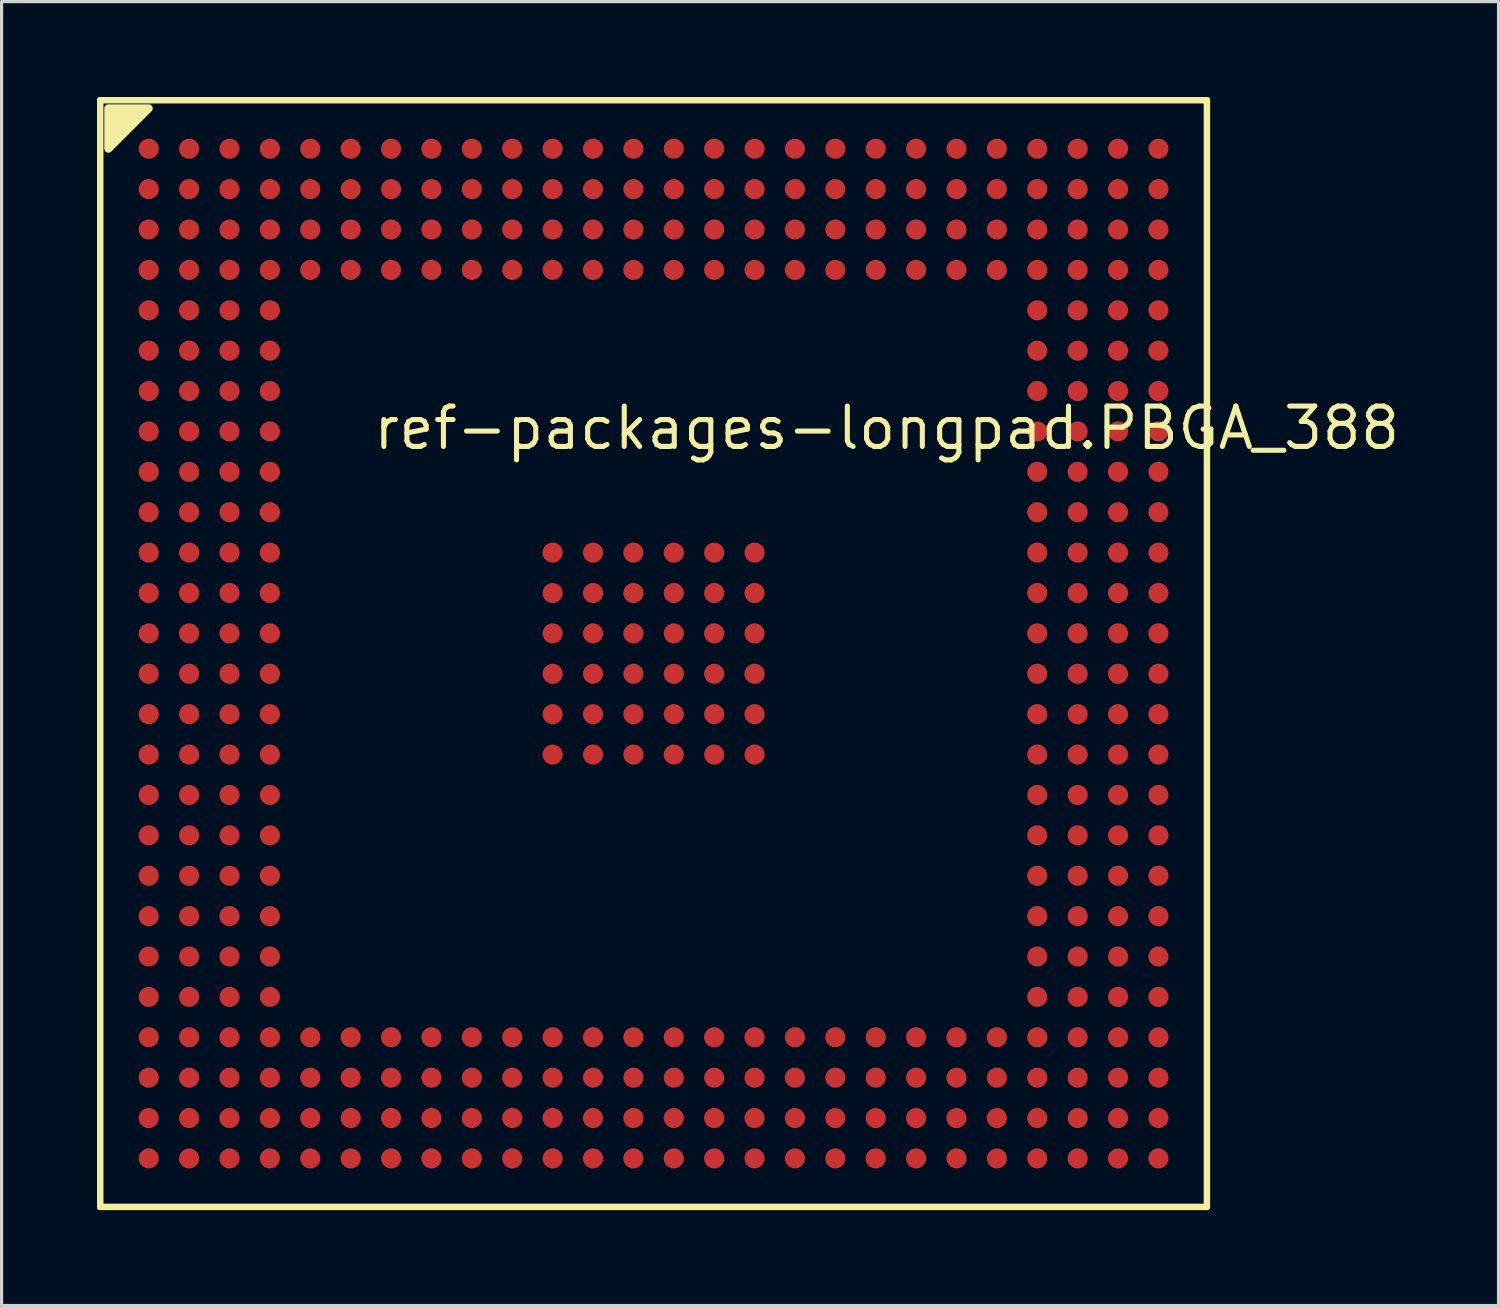
<source format=kicad_pcb>
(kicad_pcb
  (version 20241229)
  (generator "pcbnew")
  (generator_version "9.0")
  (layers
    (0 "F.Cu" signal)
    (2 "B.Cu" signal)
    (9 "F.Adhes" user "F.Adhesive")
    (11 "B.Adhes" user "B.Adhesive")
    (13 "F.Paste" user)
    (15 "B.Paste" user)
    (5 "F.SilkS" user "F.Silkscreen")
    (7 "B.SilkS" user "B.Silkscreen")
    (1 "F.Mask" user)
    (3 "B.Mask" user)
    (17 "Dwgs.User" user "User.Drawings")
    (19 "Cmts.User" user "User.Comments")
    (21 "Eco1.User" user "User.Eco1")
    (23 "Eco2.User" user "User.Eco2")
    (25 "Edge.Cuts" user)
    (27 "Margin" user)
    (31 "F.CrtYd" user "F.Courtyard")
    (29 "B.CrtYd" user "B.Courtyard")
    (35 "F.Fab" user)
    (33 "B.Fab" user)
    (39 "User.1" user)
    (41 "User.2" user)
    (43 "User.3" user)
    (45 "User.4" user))
  (footprint "ref-packages-longpad.PBGA_388"
    (layer "F.Cu")
    (at 17.502 17.502)
    (property "Reference" "ref-packages-longpad.PBGA_388" (at -8.89 -6.35 0) (layer "F.SilkS") (effects (font (size 1.27 1.27) (thickness 0.16)) (justify left bottom)))
    (attr smd)
    (fp_line (start -17.4 -17.4) (end -17.4 17.4) (stroke (width 0.203) (type default)) (layer "F.SilkS"))
    (fp_line (start -17.4 17.4) (end 17.4 17.4) (stroke (width 0.203) (type default)) (layer "F.SilkS"))
    (fp_line (start 17.4 -17.4) (end -17.4 -17.4) (stroke (width 0.203) (type default)) (layer "F.SilkS"))
    (fp_line (start 17.4 17.4) (end 17.4 -17.4) (stroke (width 0.203) (type default)) (layer "F.SilkS"))
    (fp_poly (pts (xy -17.145 -17.145) (xy -17.145 -15.875) (xy -15.875 -17.145)) (stroke (width 0.254) (type default)) (fill yes) (layer "F.SilkS"))
    (pad "A1" smd roundrect (at -15.875 -15.875) (size 0.635 0.635) (layers "F.Cu" "F.Mask" "F.Paste") (roundrect_rratio 0.5))
    (pad "A2" smd roundrect (at -14.605 -15.875) (size 0.635 0.635) (layers "F.Cu" "F.Mask" "F.Paste") (roundrect_rratio 0.5))
    (pad "A3" smd roundrect (at -13.335 -15.875) (size 0.635 0.635) (layers "F.Cu" "F.Mask" "F.Paste") (roundrect_rratio 0.5))
    (pad "A4" smd roundrect (at -12.065 -15.875) (size 0.635 0.635) (layers "F.Cu" "F.Mask" "F.Paste") (roundrect_rratio 0.5))
    (pad "A5" smd roundrect (at -10.795 -15.875) (size 0.635 0.635) (layers "F.Cu" "F.Mask" "F.Paste") (roundrect_rratio 0.5))
    (pad "A6" smd roundrect (at -9.525 -15.875) (size 0.635 0.635) (layers "F.Cu" "F.Mask" "F.Paste") (roundrect_rratio 0.5))
    (pad "A7" smd roundrect (at -8.255 -15.875) (size 0.635 0.635) (layers "F.Cu" "F.Mask" "F.Paste") (roundrect_rratio 0.5))
    (pad "A8" smd roundrect (at -6.985 -15.875) (size 0.635 0.635) (layers "F.Cu" "F.Mask" "F.Paste") (roundrect_rratio 0.5))
    (pad "A9" smd roundrect (at -5.715 -15.875) (size 0.635 0.635) (layers "F.Cu" "F.Mask" "F.Paste") (roundrect_rratio 0.5))
    (pad "A10" smd roundrect (at -4.445 -15.875) (size 0.635 0.635) (layers "F.Cu" "F.Mask" "F.Paste") (roundrect_rratio 0.5))
    (pad "A11" smd roundrect (at -3.175 -15.875) (size 0.635 0.635) (layers "F.Cu" "F.Mask" "F.Paste") (roundrect_rratio 0.5))
    (pad "A12" smd roundrect (at -1.905 -15.875) (size 0.635 0.635) (layers "F.Cu" "F.Mask" "F.Paste") (roundrect_rratio 0.5))
    (pad "A13" smd roundrect (at -0.635 -15.875) (size 0.635 0.635) (layers "F.Cu" "F.Mask" "F.Paste") (roundrect_rratio 0.5))
    (pad "A14" smd roundrect (at 0.635 -15.875) (size 0.635 0.635) (layers "F.Cu" "F.Mask" "F.Paste") (roundrect_rratio 0.5))
    (pad "A15" smd roundrect (at 1.905 -15.875) (size 0.635 0.635) (layers "F.Cu" "F.Mask" "F.Paste") (roundrect_rratio 0.5))
    (pad "A16" smd roundrect (at 3.175 -15.875) (size 0.635 0.635) (layers "F.Cu" "F.Mask" "F.Paste") (roundrect_rratio 0.5))
    (pad "A17" smd roundrect (at 4.445 -15.875) (size 0.635 0.635) (layers "F.Cu" "F.Mask" "F.Paste") (roundrect_rratio 0.5))
    (pad "A18" smd roundrect (at 5.715 -15.875) (size 0.635 0.635) (layers "F.Cu" "F.Mask" "F.Paste") (roundrect_rratio 0.5))
    (pad "A19" smd roundrect (at 6.985 -15.875) (size 0.635 0.635) (layers "F.Cu" "F.Mask" "F.Paste") (roundrect_rratio 0.5))
    (pad "A20" smd roundrect (at 8.255 -15.875) (size 0.635 0.635) (layers "F.Cu" "F.Mask" "F.Paste") (roundrect_rratio 0.5))
    (pad "A21" smd roundrect (at 9.525 -15.875) (size 0.635 0.635) (layers "F.Cu" "F.Mask" "F.Paste") (roundrect_rratio 0.5))
    (pad "A22" smd roundrect (at 10.795 -15.875) (size 0.635 0.635) (layers "F.Cu" "F.Mask" "F.Paste") (roundrect_rratio 0.5))
    (pad "A23" smd roundrect (at 12.065 -15.875) (size 0.635 0.635) (layers "F.Cu" "F.Mask" "F.Paste") (roundrect_rratio 0.5))
    (pad "A24" smd roundrect (at 13.335 -15.875) (size 0.635 0.635) (layers "F.Cu" "F.Mask" "F.Paste") (roundrect_rratio 0.5))
    (pad "A25" smd roundrect (at 14.605 -15.875) (size 0.635 0.635) (layers "F.Cu" "F.Mask" "F.Paste") (roundrect_rratio 0.5))
    (pad "A26" smd roundrect (at 15.875 -15.875) (size 0.635 0.635) (layers "F.Cu" "F.Mask" "F.Paste") (roundrect_rratio 0.5))
    (pad "AA1" smd roundrect (at -15.875 9.525) (size 0.635 0.635) (layers "F.Cu" "F.Mask" "F.Paste") (roundrect_rratio 0.5))
    (pad "AA2" smd roundrect (at -14.605 9.525) (size 0.635 0.635) (layers "F.Cu" "F.Mask" "F.Paste") (roundrect_rratio 0.5))
    (pad "AA3" smd roundrect (at -13.335 9.525) (size 0.635 0.635) (layers "F.Cu" "F.Mask" "F.Paste") (roundrect_rratio 0.5))
    (pad "AA4" smd roundrect (at -12.065 9.525) (size 0.635 0.635) (layers "F.Cu" "F.Mask" "F.Paste") (roundrect_rratio 0.5))
    (pad "AA23" smd roundrect (at 12.065 9.525) (size 0.635 0.635) (layers "F.Cu" "F.Mask" "F.Paste") (roundrect_rratio 0.5))
    (pad "AA24" smd roundrect (at 13.335 9.525) (size 0.635 0.635) (layers "F.Cu" "F.Mask" "F.Paste") (roundrect_rratio 0.5))
    (pad "AA25" smd roundrect (at 14.605 9.525) (size 0.635 0.635) (layers "F.Cu" "F.Mask" "F.Paste") (roundrect_rratio 0.5))
    (pad "AA26" smd roundrect (at 15.875 9.525) (size 0.635 0.635) (layers "F.Cu" "F.Mask" "F.Paste") (roundrect_rratio 0.5))
    (pad "AB1" smd roundrect (at -15.875 10.795) (size 0.635 0.635) (layers "F.Cu" "F.Mask" "F.Paste") (roundrect_rratio 0.5))
    (pad "AB2" smd roundrect (at -14.605 10.795) (size 0.635 0.635) (layers "F.Cu" "F.Mask" "F.Paste") (roundrect_rratio 0.5))
    (pad "AB3" smd roundrect (at -13.335 10.795) (size 0.635 0.635) (layers "F.Cu" "F.Mask" "F.Paste") (roundrect_rratio 0.5))
    (pad "AB4" smd roundrect (at -12.065 10.795) (size 0.635 0.635) (layers "F.Cu" "F.Mask" "F.Paste") (roundrect_rratio 0.5))
    (pad "AB23" smd roundrect (at 12.065 10.795) (size 0.635 0.635) (layers "F.Cu" "F.Mask" "F.Paste") (roundrect_rratio 0.5))
    (pad "AB24" smd roundrect (at 13.335 10.795) (size 0.635 0.635) (layers "F.Cu" "F.Mask" "F.Paste") (roundrect_rratio 0.5))
    (pad "AB25" smd roundrect (at 14.605 10.795) (size 0.635 0.635) (layers "F.Cu" "F.Mask" "F.Paste") (roundrect_rratio 0.5))
    (pad "AB26" smd roundrect (at 15.875 10.795) (size 0.635 0.635) (layers "F.Cu" "F.Mask" "F.Paste") (roundrect_rratio 0.5))
    (pad "AC1" smd roundrect (at -15.875 12.065) (size 0.635 0.635) (layers "F.Cu" "F.Mask" "F.Paste") (roundrect_rratio 0.5))
    (pad "AC2" smd roundrect (at -14.605 12.065) (size 0.635 0.635) (layers "F.Cu" "F.Mask" "F.Paste") (roundrect_rratio 0.5))
    (pad "AC3" smd roundrect (at -13.335 12.065) (size 0.635 0.635) (layers "F.Cu" "F.Mask" "F.Paste") (roundrect_rratio 0.5))
    (pad "AC4" smd roundrect (at -12.065 12.065) (size 0.635 0.635) (layers "F.Cu" "F.Mask" "F.Paste") (roundrect_rratio 0.5))
    (pad "AC5" smd roundrect (at -10.795 12.065) (size 0.635 0.635) (layers "F.Cu" "F.Mask" "F.Paste") (roundrect_rratio 0.5))
    (pad "AC6" smd roundrect (at -9.525 12.065) (size 0.635 0.635) (layers "F.Cu" "F.Mask" "F.Paste") (roundrect_rratio 0.5))
    (pad "AC7" smd roundrect (at -8.255 12.065) (size 0.635 0.635) (layers "F.Cu" "F.Mask" "F.Paste") (roundrect_rratio 0.5))
    (pad "AC8" smd roundrect (at -6.985 12.065) (size 0.635 0.635) (layers "F.Cu" "F.Mask" "F.Paste") (roundrect_rratio 0.5))
    (pad "AC9" smd roundrect (at -5.715 12.065) (size 0.635 0.635) (layers "F.Cu" "F.Mask" "F.Paste") (roundrect_rratio 0.5))
    (pad "AC10" smd roundrect (at -4.445 12.065) (size 0.635 0.635) (layers "F.Cu" "F.Mask" "F.Paste") (roundrect_rratio 0.5))
    (pad "AC11" smd roundrect (at -3.175 12.065) (size 0.635 0.635) (layers "F.Cu" "F.Mask" "F.Paste") (roundrect_rratio 0.5))
    (pad "AC12" smd roundrect (at -1.905 12.065) (size 0.635 0.635) (layers "F.Cu" "F.Mask" "F.Paste") (roundrect_rratio 0.5))
    (pad "AC13" smd roundrect (at -0.635 12.065) (size 0.635 0.635) (layers "F.Cu" "F.Mask" "F.Paste") (roundrect_rratio 0.5))
    (pad "AC14" smd roundrect (at 0.635 12.065) (size 0.635 0.635) (layers "F.Cu" "F.Mask" "F.Paste") (roundrect_rratio 0.5))
    (pad "AC15" smd roundrect (at 1.905 12.065) (size 0.635 0.635) (layers "F.Cu" "F.Mask" "F.Paste") (roundrect_rratio 0.5))
    (pad "AC16" smd roundrect (at 3.175 12.065) (size 0.635 0.635) (layers "F.Cu" "F.Mask" "F.Paste") (roundrect_rratio 0.5))
    (pad "AC17" smd roundrect (at 4.445 12.065) (size 0.635 0.635) (layers "F.Cu" "F.Mask" "F.Paste") (roundrect_rratio 0.5))
    (pad "AC18" smd roundrect (at 5.715 12.065) (size 0.635 0.635) (layers "F.Cu" "F.Mask" "F.Paste") (roundrect_rratio 0.5))
    (pad "AC19" smd roundrect (at 6.985 12.065) (size 0.635 0.635) (layers "F.Cu" "F.Mask" "F.Paste") (roundrect_rratio 0.5))
    (pad "AC20" smd roundrect (at 8.255 12.065) (size 0.635 0.635) (layers "F.Cu" "F.Mask" "F.Paste") (roundrect_rratio 0.5))
    (pad "AC21" smd roundrect (at 9.525 12.065) (size 0.635 0.635) (layers "F.Cu" "F.Mask" "F.Paste") (roundrect_rratio 0.5))
    (pad "AC22" smd roundrect (at 10.795 12.065) (size 0.635 0.635) (layers "F.Cu" "F.Mask" "F.Paste") (roundrect_rratio 0.5))
    (pad "AC23" smd roundrect (at 12.065 12.065) (size 0.635 0.635) (layers "F.Cu" "F.Mask" "F.Paste") (roundrect_rratio 0.5))
    (pad "AC24" smd roundrect (at 13.335 12.065) (size 0.635 0.635) (layers "F.Cu" "F.Mask" "F.Paste") (roundrect_rratio 0.5))
    (pad "AC25" smd roundrect (at 14.605 12.065) (size 0.635 0.635) (layers "F.Cu" "F.Mask" "F.Paste") (roundrect_rratio 0.5))
    (pad "AC26" smd roundrect (at 15.875 12.065) (size 0.635 0.635) (layers "F.Cu" "F.Mask" "F.Paste") (roundrect_rratio 0.5))
    (pad "AD1" smd roundrect (at -15.875 13.335) (size 0.635 0.635) (layers "F.Cu" "F.Mask" "F.Paste") (roundrect_rratio 0.5))
    (pad "AD2" smd roundrect (at -14.605 13.335) (size 0.635 0.635) (layers "F.Cu" "F.Mask" "F.Paste") (roundrect_rratio 0.5))
    (pad "AD3" smd roundrect (at -13.335 13.335) (size 0.635 0.635) (layers "F.Cu" "F.Mask" "F.Paste") (roundrect_rratio 0.5))
    (pad "AD4" smd roundrect (at -12.065 13.335) (size 0.635 0.635) (layers "F.Cu" "F.Mask" "F.Paste") (roundrect_rratio 0.5))
    (pad "AD5" smd roundrect (at -10.795 13.335) (size 0.635 0.635) (layers "F.Cu" "F.Mask" "F.Paste") (roundrect_rratio 0.5))
    (pad "AD6" smd roundrect (at -9.525 13.335) (size 0.635 0.635) (layers "F.Cu" "F.Mask" "F.Paste") (roundrect_rratio 0.5))
    (pad "AD7" smd roundrect (at -8.255 13.335) (size 0.635 0.635) (layers "F.Cu" "F.Mask" "F.Paste") (roundrect_rratio 0.5))
    (pad "AD8" smd roundrect (at -6.985 13.335) (size 0.635 0.635) (layers "F.Cu" "F.Mask" "F.Paste") (roundrect_rratio 0.5))
    (pad "AD9" smd roundrect (at -5.715 13.335) (size 0.635 0.635) (layers "F.Cu" "F.Mask" "F.Paste") (roundrect_rratio 0.5))
    (pad "AD10" smd roundrect (at -4.445 13.335) (size 0.635 0.635) (layers "F.Cu" "F.Mask" "F.Paste") (roundrect_rratio 0.5))
    (pad "AD11" smd roundrect (at -3.175 13.335) (size 0.635 0.635) (layers "F.Cu" "F.Mask" "F.Paste") (roundrect_rratio 0.5))
    (pad "AD12" smd roundrect (at -1.905 13.335) (size 0.635 0.635) (layers "F.Cu" "F.Mask" "F.Paste") (roundrect_rratio 0.5))
    (pad "AD13" smd roundrect (at -0.635 13.335) (size 0.635 0.635) (layers "F.Cu" "F.Mask" "F.Paste") (roundrect_rratio 0.5))
    (pad "AD14" smd roundrect (at 0.635 13.335) (size 0.635 0.635) (layers "F.Cu" "F.Mask" "F.Paste") (roundrect_rratio 0.5))
    (pad "AD15" smd roundrect (at 1.905 13.335) (size 0.635 0.635) (layers "F.Cu" "F.Mask" "F.Paste") (roundrect_rratio 0.5))
    (pad "AD16" smd roundrect (at 3.175 13.335) (size 0.635 0.635) (layers "F.Cu" "F.Mask" "F.Paste") (roundrect_rratio 0.5))
    (pad "AD17" smd roundrect (at 4.445 13.335) (size 0.635 0.635) (layers "F.Cu" "F.Mask" "F.Paste") (roundrect_rratio 0.5))
    (pad "AD18" smd roundrect (at 5.715 13.335) (size 0.635 0.635) (layers "F.Cu" "F.Mask" "F.Paste") (roundrect_rratio 0.5))
    (pad "AD19" smd roundrect (at 6.985 13.335) (size 0.635 0.635) (layers "F.Cu" "F.Mask" "F.Paste") (roundrect_rratio 0.5))
    (pad "AD20" smd roundrect (at 8.255 13.335) (size 0.635 0.635) (layers "F.Cu" "F.Mask" "F.Paste") (roundrect_rratio 0.5))
    (pad "AD21" smd roundrect (at 9.525 13.335) (size 0.635 0.635) (layers "F.Cu" "F.Mask" "F.Paste") (roundrect_rratio 0.5))
    (pad "AD22" smd roundrect (at 10.795 13.335) (size 0.635 0.635) (layers "F.Cu" "F.Mask" "F.Paste") (roundrect_rratio 0.5))
    (pad "AD23" smd roundrect (at 12.065 13.335) (size 0.635 0.635) (layers "F.Cu" "F.Mask" "F.Paste") (roundrect_rratio 0.5))
    (pad "AD24" smd roundrect (at 13.335 13.335) (size 0.635 0.635) (layers "F.Cu" "F.Mask" "F.Paste") (roundrect_rratio 0.5))
    (pad "AD25" smd roundrect (at 14.605 13.335) (size 0.635 0.635) (layers "F.Cu" "F.Mask" "F.Paste") (roundrect_rratio 0.5))
    (pad "AD26" smd roundrect (at 15.875 13.335) (size 0.635 0.635) (layers "F.Cu" "F.Mask" "F.Paste") (roundrect_rratio 0.5))
    (pad "AE1" smd roundrect (at -15.875 14.605) (size 0.635 0.635) (layers "F.Cu" "F.Mask" "F.Paste") (roundrect_rratio 0.5))
    (pad "AE2" smd roundrect (at -14.605 14.605) (size 0.635 0.635) (layers "F.Cu" "F.Mask" "F.Paste") (roundrect_rratio 0.5))
    (pad "AE3" smd roundrect (at -13.335 14.605) (size 0.635 0.635) (layers "F.Cu" "F.Mask" "F.Paste") (roundrect_rratio 0.5))
    (pad "AE4" smd roundrect (at -12.065 14.605) (size 0.635 0.635) (layers "F.Cu" "F.Mask" "F.Paste") (roundrect_rratio 0.5))
    (pad "AE5" smd roundrect (at -10.795 14.605) (size 0.635 0.635) (layers "F.Cu" "F.Mask" "F.Paste") (roundrect_rratio 0.5))
    (pad "AE6" smd roundrect (at -9.525 14.605) (size 0.635 0.635) (layers "F.Cu" "F.Mask" "F.Paste") (roundrect_rratio 0.5))
    (pad "AE7" smd roundrect (at -8.255 14.605) (size 0.635 0.635) (layers "F.Cu" "F.Mask" "F.Paste") (roundrect_rratio 0.5))
    (pad "AE8" smd roundrect (at -6.985 14.605) (size 0.635 0.635) (layers "F.Cu" "F.Mask" "F.Paste") (roundrect_rratio 0.5))
    (pad "AE9" smd roundrect (at -5.715 14.605) (size 0.635 0.635) (layers "F.Cu" "F.Mask" "F.Paste") (roundrect_rratio 0.5))
    (pad "AE10" smd roundrect (at -4.445 14.605) (size 0.635 0.635) (layers "F.Cu" "F.Mask" "F.Paste") (roundrect_rratio 0.5))
    (pad "AE11" smd roundrect (at -3.175 14.605) (size 0.635 0.635) (layers "F.Cu" "F.Mask" "F.Paste") (roundrect_rratio 0.5))
    (pad "AE12" smd roundrect (at -1.905 14.605) (size 0.635 0.635) (layers "F.Cu" "F.Mask" "F.Paste") (roundrect_rratio 0.5))
    (pad "AE13" smd roundrect (at -0.635 14.605) (size 0.635 0.635) (layers "F.Cu" "F.Mask" "F.Paste") (roundrect_rratio 0.5))
    (pad "AE14" smd roundrect (at 0.635 14.605) (size 0.635 0.635) (layers "F.Cu" "F.Mask" "F.Paste") (roundrect_rratio 0.5))
    (pad "AE15" smd roundrect (at 1.905 14.605) (size 0.635 0.635) (layers "F.Cu" "F.Mask" "F.Paste") (roundrect_rratio 0.5))
    (pad "AE16" smd roundrect (at 3.175 14.605) (size 0.635 0.635) (layers "F.Cu" "F.Mask" "F.Paste") (roundrect_rratio 0.5))
    (pad "AE17" smd roundrect (at 4.445 14.605) (size 0.635 0.635) (layers "F.Cu" "F.Mask" "F.Paste") (roundrect_rratio 0.5))
    (pad "AE18" smd roundrect (at 5.715 14.605) (size 0.635 0.635) (layers "F.Cu" "F.Mask" "F.Paste") (roundrect_rratio 0.5))
    (pad "AE19" smd roundrect (at 6.985 14.605) (size 0.635 0.635) (layers "F.Cu" "F.Mask" "F.Paste") (roundrect_rratio 0.5))
    (pad "AE20" smd roundrect (at 8.255 14.605) (size 0.635 0.635) (layers "F.Cu" "F.Mask" "F.Paste") (roundrect_rratio 0.5))
    (pad "AE21" smd roundrect (at 9.525 14.605) (size 0.635 0.635) (layers "F.Cu" "F.Mask" "F.Paste") (roundrect_rratio 0.5))
    (pad "AE22" smd roundrect (at 10.795 14.605) (size 0.635 0.635) (layers "F.Cu" "F.Mask" "F.Paste") (roundrect_rratio 0.5))
    (pad "AE23" smd roundrect (at 12.065 14.605) (size 0.635 0.635) (layers "F.Cu" "F.Mask" "F.Paste") (roundrect_rratio 0.5))
    (pad "AE24" smd roundrect (at 13.335 14.605) (size 0.635 0.635) (layers "F.Cu" "F.Mask" "F.Paste") (roundrect_rratio 0.5))
    (pad "AE25" smd roundrect (at 14.605 14.605) (size 0.635 0.635) (layers "F.Cu" "F.Mask" "F.Paste") (roundrect_rratio 0.5))
    (pad "AE26" smd roundrect (at 15.875 14.605) (size 0.635 0.635) (layers "F.Cu" "F.Mask" "F.Paste") (roundrect_rratio 0.5))
    (pad "AF1" smd roundrect (at -15.875 15.875) (size 0.635 0.635) (layers "F.Cu" "F.Mask" "F.Paste") (roundrect_rratio 0.5))
    (pad "AF2" smd roundrect (at -14.605 15.875) (size 0.635 0.635) (layers "F.Cu" "F.Mask" "F.Paste") (roundrect_rratio 0.5))
    (pad "AF3" smd roundrect (at -13.335 15.875) (size 0.635 0.635) (layers "F.Cu" "F.Mask" "F.Paste") (roundrect_rratio 0.5))
    (pad "AF4" smd roundrect (at -12.065 15.875) (size 0.635 0.635) (layers "F.Cu" "F.Mask" "F.Paste") (roundrect_rratio 0.5))
    (pad "AF5" smd roundrect (at -10.795 15.875) (size 0.635 0.635) (layers "F.Cu" "F.Mask" "F.Paste") (roundrect_rratio 0.5))
    (pad "AF6" smd roundrect (at -9.525 15.875) (size 0.635 0.635) (layers "F.Cu" "F.Mask" "F.Paste") (roundrect_rratio 0.5))
    (pad "AF7" smd roundrect (at -8.255 15.875) (size 0.635 0.635) (layers "F.Cu" "F.Mask" "F.Paste") (roundrect_rratio 0.5))
    (pad "AF8" smd roundrect (at -6.985 15.875) (size 0.635 0.635) (layers "F.Cu" "F.Mask" "F.Paste") (roundrect_rratio 0.5))
    (pad "AF9" smd roundrect (at -5.715 15.875) (size 0.635 0.635) (layers "F.Cu" "F.Mask" "F.Paste") (roundrect_rratio 0.5))
    (pad "AF10" smd roundrect (at -4.445 15.875) (size 0.635 0.635) (layers "F.Cu" "F.Mask" "F.Paste") (roundrect_rratio 0.5))
    (pad "AF11" smd roundrect (at -3.175 15.875) (size 0.635 0.635) (layers "F.Cu" "F.Mask" "F.Paste") (roundrect_rratio 0.5))
    (pad "AF12" smd roundrect (at -1.905 15.875) (size 0.635 0.635) (layers "F.Cu" "F.Mask" "F.Paste") (roundrect_rratio 0.5))
    (pad "AF13" smd roundrect (at -0.635 15.875) (size 0.635 0.635) (layers "F.Cu" "F.Mask" "F.Paste") (roundrect_rratio 0.5))
    (pad "AF14" smd roundrect (at 0.635 15.875) (size 0.635 0.635) (layers "F.Cu" "F.Mask" "F.Paste") (roundrect_rratio 0.5))
    (pad "AF15" smd roundrect (at 1.905 15.875) (size 0.635 0.635) (layers "F.Cu" "F.Mask" "F.Paste") (roundrect_rratio 0.5))
    (pad "AF16" smd roundrect (at 3.175 15.875) (size 0.635 0.635) (layers "F.Cu" "F.Mask" "F.Paste") (roundrect_rratio 0.5))
    (pad "AF17" smd roundrect (at 4.445 15.875) (size 0.635 0.635) (layers "F.Cu" "F.Mask" "F.Paste") (roundrect_rratio 0.5))
    (pad "AF18" smd roundrect (at 5.715 15.875) (size 0.635 0.635) (layers "F.Cu" "F.Mask" "F.Paste") (roundrect_rratio 0.5))
    (pad "AF19" smd roundrect (at 6.985 15.875) (size 0.635 0.635) (layers "F.Cu" "F.Mask" "F.Paste") (roundrect_rratio 0.5))
    (pad "AF20" smd roundrect (at 8.255 15.875) (size 0.635 0.635) (layers "F.Cu" "F.Mask" "F.Paste") (roundrect_rratio 0.5))
    (pad "AF21" smd roundrect (at 9.525 15.875) (size 0.635 0.635) (layers "F.Cu" "F.Mask" "F.Paste") (roundrect_rratio 0.5))
    (pad "AF22" smd roundrect (at 10.795 15.875) (size 0.635 0.635) (layers "F.Cu" "F.Mask" "F.Paste") (roundrect_rratio 0.5))
    (pad "AF23" smd roundrect (at 12.065 15.875) (size 0.635 0.635) (layers "F.Cu" "F.Mask" "F.Paste") (roundrect_rratio 0.5))
    (pad "AF24" smd roundrect (at 13.335 15.875) (size 0.635 0.635) (layers "F.Cu" "F.Mask" "F.Paste") (roundrect_rratio 0.5))
    (pad "AF25" smd roundrect (at 14.605 15.875) (size 0.635 0.635) (layers "F.Cu" "F.Mask" "F.Paste") (roundrect_rratio 0.5))
    (pad "AF26" smd roundrect (at 15.875 15.875) (size 0.635 0.635) (layers "F.Cu" "F.Mask" "F.Paste") (roundrect_rratio 0.5))
    (pad "B1" smd roundrect (at -15.875 -14.605) (size 0.635 0.635) (layers "F.Cu" "F.Mask" "F.Paste") (roundrect_rratio 0.5))
    (pad "B2" smd roundrect (at -14.605 -14.605) (size 0.635 0.635) (layers "F.Cu" "F.Mask" "F.Paste") (roundrect_rratio 0.5))
    (pad "B3" smd roundrect (at -13.335 -14.605) (size 0.635 0.635) (layers "F.Cu" "F.Mask" "F.Paste") (roundrect_rratio 0.5))
    (pad "B4" smd roundrect (at -12.065 -14.605) (size 0.635 0.635) (layers "F.Cu" "F.Mask" "F.Paste") (roundrect_rratio 0.5))
    (pad "B5" smd roundrect (at -10.795 -14.605) (size 0.635 0.635) (layers "F.Cu" "F.Mask" "F.Paste") (roundrect_rratio 0.5))
    (pad "B6" smd roundrect (at -9.525 -14.605) (size 0.635 0.635) (layers "F.Cu" "F.Mask" "F.Paste") (roundrect_rratio 0.5))
    (pad "B7" smd roundrect (at -8.255 -14.605) (size 0.635 0.635) (layers "F.Cu" "F.Mask" "F.Paste") (roundrect_rratio 0.5))
    (pad "B8" smd roundrect (at -6.985 -14.605) (size 0.635 0.635) (layers "F.Cu" "F.Mask" "F.Paste") (roundrect_rratio 0.5))
    (pad "B9" smd roundrect (at -5.715 -14.605) (size 0.635 0.635) (layers "F.Cu" "F.Mask" "F.Paste") (roundrect_rratio 0.5))
    (pad "B10" smd roundrect (at -4.445 -14.605) (size 0.635 0.635) (layers "F.Cu" "F.Mask" "F.Paste") (roundrect_rratio 0.5))
    (pad "B11" smd roundrect (at -3.175 -14.605) (size 0.635 0.635) (layers "F.Cu" "F.Mask" "F.Paste") (roundrect_rratio 0.5))
    (pad "B12" smd roundrect (at -1.905 -14.605) (size 0.635 0.635) (layers "F.Cu" "F.Mask" "F.Paste") (roundrect_rratio 0.5))
    (pad "B13" smd roundrect (at -0.635 -14.605) (size 0.635 0.635) (layers "F.Cu" "F.Mask" "F.Paste") (roundrect_rratio 0.5))
    (pad "B14" smd roundrect (at 0.635 -14.605) (size 0.635 0.635) (layers "F.Cu" "F.Mask" "F.Paste") (roundrect_rratio 0.5))
    (pad "B15" smd roundrect (at 1.905 -14.605) (size 0.635 0.635) (layers "F.Cu" "F.Mask" "F.Paste") (roundrect_rratio 0.5))
    (pad "B16" smd roundrect (at 3.175 -14.605) (size 0.635 0.635) (layers "F.Cu" "F.Mask" "F.Paste") (roundrect_rratio 0.5))
    (pad "B17" smd roundrect (at 4.445 -14.605) (size 0.635 0.635) (layers "F.Cu" "F.Mask" "F.Paste") (roundrect_rratio 0.5))
    (pad "B18" smd roundrect (at 5.715 -14.605) (size 0.635 0.635) (layers "F.Cu" "F.Mask" "F.Paste") (roundrect_rratio 0.5))
    (pad "B19" smd roundrect (at 6.985 -14.605) (size 0.635 0.635) (layers "F.Cu" "F.Mask" "F.Paste") (roundrect_rratio 0.5))
    (pad "B20" smd roundrect (at 8.255 -14.605) (size 0.635 0.635) (layers "F.Cu" "F.Mask" "F.Paste") (roundrect_rratio 0.5))
    (pad "B21" smd roundrect (at 9.525 -14.605) (size 0.635 0.635) (layers "F.Cu" "F.Mask" "F.Paste") (roundrect_rratio 0.5))
    (pad "B22" smd roundrect (at 10.795 -14.605) (size 0.635 0.635) (layers "F.Cu" "F.Mask" "F.Paste") (roundrect_rratio 0.5))
    (pad "B23" smd roundrect (at 12.065 -14.605) (size 0.635 0.635) (layers "F.Cu" "F.Mask" "F.Paste") (roundrect_rratio 0.5))
    (pad "B24" smd roundrect (at 13.335 -14.605) (size 0.635 0.635) (layers "F.Cu" "F.Mask" "F.Paste") (roundrect_rratio 0.5))
    (pad "B25" smd roundrect (at 14.605 -14.605) (size 0.635 0.635) (layers "F.Cu" "F.Mask" "F.Paste") (roundrect_rratio 0.5))
    (pad "B26" smd roundrect (at 15.875 -14.605) (size 0.635 0.635) (layers "F.Cu" "F.Mask" "F.Paste") (roundrect_rratio 0.5))
    (pad "C1" smd roundrect (at -15.875 -13.335) (size 0.635 0.635) (layers "F.Cu" "F.Mask" "F.Paste") (roundrect_rratio 0.5))
    (pad "C2" smd roundrect (at -14.605 -13.335) (size 0.635 0.635) (layers "F.Cu" "F.Mask" "F.Paste") (roundrect_rratio 0.5))
    (pad "C3" smd roundrect (at -13.335 -13.335) (size 0.635 0.635) (layers "F.Cu" "F.Mask" "F.Paste") (roundrect_rratio 0.5))
    (pad "C4" smd roundrect (at -12.065 -13.335) (size 0.635 0.635) (layers "F.Cu" "F.Mask" "F.Paste") (roundrect_rratio 0.5))
    (pad "C5" smd roundrect (at -10.795 -13.335) (size 0.635 0.635) (layers "F.Cu" "F.Mask" "F.Paste") (roundrect_rratio 0.5))
    (pad "C6" smd roundrect (at -9.525 -13.335) (size 0.635 0.635) (layers "F.Cu" "F.Mask" "F.Paste") (roundrect_rratio 0.5))
    (pad "C7" smd roundrect (at -8.255 -13.335) (size 0.635 0.635) (layers "F.Cu" "F.Mask" "F.Paste") (roundrect_rratio 0.5))
    (pad "C8" smd roundrect (at -6.985 -13.335) (size 0.635 0.635) (layers "F.Cu" "F.Mask" "F.Paste") (roundrect_rratio 0.5))
    (pad "C9" smd roundrect (at -5.715 -13.335) (size 0.635 0.635) (layers "F.Cu" "F.Mask" "F.Paste") (roundrect_rratio 0.5))
    (pad "C10" smd roundrect (at -4.445 -13.335) (size 0.635 0.635) (layers "F.Cu" "F.Mask" "F.Paste") (roundrect_rratio 0.5))
    (pad "C11" smd roundrect (at -3.175 -13.335) (size 0.635 0.635) (layers "F.Cu" "F.Mask" "F.Paste") (roundrect_rratio 0.5))
    (pad "C12" smd roundrect (at -1.905 -13.335) (size 0.635 0.635) (layers "F.Cu" "F.Mask" "F.Paste") (roundrect_rratio 0.5))
    (pad "C13" smd roundrect (at -0.635 -13.335) (size 0.635 0.635) (layers "F.Cu" "F.Mask" "F.Paste") (roundrect_rratio 0.5))
    (pad "C14" smd roundrect (at 0.635 -13.335) (size 0.635 0.635) (layers "F.Cu" "F.Mask" "F.Paste") (roundrect_rratio 0.5))
    (pad "C15" smd roundrect (at 1.905 -13.335) (size 0.635 0.635) (layers "F.Cu" "F.Mask" "F.Paste") (roundrect_rratio 0.5))
    (pad "C16" smd roundrect (at 3.175 -13.335) (size 0.635 0.635) (layers "F.Cu" "F.Mask" "F.Paste") (roundrect_rratio 0.5))
    (pad "C17" smd roundrect (at 4.445 -13.335) (size 0.635 0.635) (layers "F.Cu" "F.Mask" "F.Paste") (roundrect_rratio 0.5))
    (pad "C18" smd roundrect (at 5.715 -13.335) (size 0.635 0.635) (layers "F.Cu" "F.Mask" "F.Paste") (roundrect_rratio 0.5))
    (pad "C19" smd roundrect (at 6.985 -13.335) (size 0.635 0.635) (layers "F.Cu" "F.Mask" "F.Paste") (roundrect_rratio 0.5))
    (pad "C20" smd roundrect (at 8.255 -13.335) (size 0.635 0.635) (layers "F.Cu" "F.Mask" "F.Paste") (roundrect_rratio 0.5))
    (pad "C21" smd roundrect (at 9.525 -13.335) (size 0.635 0.635) (layers "F.Cu" "F.Mask" "F.Paste") (roundrect_rratio 0.5))
    (pad "C22" smd roundrect (at 10.795 -13.335) (size 0.635 0.635) (layers "F.Cu" "F.Mask" "F.Paste") (roundrect_rratio 0.5))
    (pad "C23" smd roundrect (at 12.065 -13.335) (size 0.635 0.635) (layers "F.Cu" "F.Mask" "F.Paste") (roundrect_rratio 0.5))
    (pad "C24" smd roundrect (at 13.335 -13.335) (size 0.635 0.635) (layers "F.Cu" "F.Mask" "F.Paste") (roundrect_rratio 0.5))
    (pad "C25" smd roundrect (at 14.605 -13.335) (size 0.635 0.635) (layers "F.Cu" "F.Mask" "F.Paste") (roundrect_rratio 0.5))
    (pad "C26" smd roundrect (at 15.875 -13.335) (size 0.635 0.635) (layers "F.Cu" "F.Mask" "F.Paste") (roundrect_rratio 0.5))
    (pad "D1" smd roundrect (at -15.875 -12.065) (size 0.635 0.635) (layers "F.Cu" "F.Mask" "F.Paste") (roundrect_rratio 0.5))
    (pad "D2" smd roundrect (at -14.605 -12.065) (size 0.635 0.635) (layers "F.Cu" "F.Mask" "F.Paste") (roundrect_rratio 0.5))
    (pad "D3" smd roundrect (at -13.335 -12.065) (size 0.635 0.635) (layers "F.Cu" "F.Mask" "F.Paste") (roundrect_rratio 0.5))
    (pad "D4" smd roundrect (at -12.065 -12.065) (size 0.635 0.635) (layers "F.Cu" "F.Mask" "F.Paste") (roundrect_rratio 0.5))
    (pad "D5" smd roundrect (at -10.795 -12.065) (size 0.635 0.635) (layers "F.Cu" "F.Mask" "F.Paste") (roundrect_rratio 0.5))
    (pad "D6" smd roundrect (at -9.525 -12.065) (size 0.635 0.635) (layers "F.Cu" "F.Mask" "F.Paste") (roundrect_rratio 0.5))
    (pad "D7" smd roundrect (at -8.255 -12.065) (size 0.635 0.635) (layers "F.Cu" "F.Mask" "F.Paste") (roundrect_rratio 0.5))
    (pad "D8" smd roundrect (at -6.985 -12.065) (size 0.635 0.635) (layers "F.Cu" "F.Mask" "F.Paste") (roundrect_rratio 0.5))
    (pad "D9" smd roundrect (at -5.715 -12.065) (size 0.635 0.635) (layers "F.Cu" "F.Mask" "F.Paste") (roundrect_rratio 0.5))
    (pad "D10" smd roundrect (at -4.445 -12.065) (size 0.635 0.635) (layers "F.Cu" "F.Mask" "F.Paste") (roundrect_rratio 0.5))
    (pad "D11" smd roundrect (at -3.175 -12.065) (size 0.635 0.635) (layers "F.Cu" "F.Mask" "F.Paste") (roundrect_rratio 0.5))
    (pad "D12" smd roundrect (at -1.905 -12.065) (size 0.635 0.635) (layers "F.Cu" "F.Mask" "F.Paste") (roundrect_rratio 0.5))
    (pad "D13" smd roundrect (at -0.635 -12.065) (size 0.635 0.635) (layers "F.Cu" "F.Mask" "F.Paste") (roundrect_rratio 0.5))
    (pad "D14" smd roundrect (at 0.635 -12.065) (size 0.635 0.635) (layers "F.Cu" "F.Mask" "F.Paste") (roundrect_rratio 0.5))
    (pad "D15" smd roundrect (at 1.905 -12.065) (size 0.635 0.635) (layers "F.Cu" "F.Mask" "F.Paste") (roundrect_rratio 0.5))
    (pad "D16" smd roundrect (at 3.175 -12.065) (size 0.635 0.635) (layers "F.Cu" "F.Mask" "F.Paste") (roundrect_rratio 0.5))
    (pad "D17" smd roundrect (at 4.445 -12.065) (size 0.635 0.635) (layers "F.Cu" "F.Mask" "F.Paste") (roundrect_rratio 0.5))
    (pad "D18" smd roundrect (at 5.715 -12.065) (size 0.635 0.635) (layers "F.Cu" "F.Mask" "F.Paste") (roundrect_rratio 0.5))
    (pad "D19" smd roundrect (at 6.985 -12.065) (size 0.635 0.635) (layers "F.Cu" "F.Mask" "F.Paste") (roundrect_rratio 0.5))
    (pad "D20" smd roundrect (at 8.255 -12.065) (size 0.635 0.635) (layers "F.Cu" "F.Mask" "F.Paste") (roundrect_rratio 0.5))
    (pad "D21" smd roundrect (at 9.525 -12.065) (size 0.635 0.635) (layers "F.Cu" "F.Mask" "F.Paste") (roundrect_rratio 0.5))
    (pad "D22" smd roundrect (at 10.795 -12.065) (size 0.635 0.635) (layers "F.Cu" "F.Mask" "F.Paste") (roundrect_rratio 0.5))
    (pad "D23" smd roundrect (at 12.065 -12.065) (size 0.635 0.635) (layers "F.Cu" "F.Mask" "F.Paste") (roundrect_rratio 0.5))
    (pad "D24" smd roundrect (at 13.335 -12.065) (size 0.635 0.635) (layers "F.Cu" "F.Mask" "F.Paste") (roundrect_rratio 0.5))
    (pad "D25" smd roundrect (at 14.605 -12.065) (size 0.635 0.635) (layers "F.Cu" "F.Mask" "F.Paste") (roundrect_rratio 0.5))
    (pad "D26" smd roundrect (at 15.875 -12.065) (size 0.635 0.635) (layers "F.Cu" "F.Mask" "F.Paste") (roundrect_rratio 0.5))
    (pad "E1" smd roundrect (at -15.875 -10.795) (size 0.635 0.635) (layers "F.Cu" "F.Mask" "F.Paste") (roundrect_rratio 0.5))
    (pad "E2" smd roundrect (at -14.605 -10.795) (size 0.635 0.635) (layers "F.Cu" "F.Mask" "F.Paste") (roundrect_rratio 0.5))
    (pad "E3" smd roundrect (at -13.335 -10.795) (size 0.635 0.635) (layers "F.Cu" "F.Mask" "F.Paste") (roundrect_rratio 0.5))
    (pad "E4" smd roundrect (at -12.065 -10.795) (size 0.635 0.635) (layers "F.Cu" "F.Mask" "F.Paste") (roundrect_rratio 0.5))
    (pad "E23" smd roundrect (at 12.065 -10.795) (size 0.635 0.635) (layers "F.Cu" "F.Mask" "F.Paste") (roundrect_rratio 0.5))
    (pad "E24" smd roundrect (at 13.335 -10.795) (size 0.635 0.635) (layers "F.Cu" "F.Mask" "F.Paste") (roundrect_rratio 0.5))
    (pad "E25" smd roundrect (at 14.605 -10.795) (size 0.635 0.635) (layers "F.Cu" "F.Mask" "F.Paste") (roundrect_rratio 0.5))
    (pad "E26" smd roundrect (at 15.875 -10.795) (size 0.635 0.635) (layers "F.Cu" "F.Mask" "F.Paste") (roundrect_rratio 0.5))
    (pad "F1" smd roundrect (at -15.875 -9.525) (size 0.635 0.635) (layers "F.Cu" "F.Mask" "F.Paste") (roundrect_rratio 0.5))
    (pad "F2" smd roundrect (at -14.605 -9.525) (size 0.635 0.635) (layers "F.Cu" "F.Mask" "F.Paste") (roundrect_rratio 0.5))
    (pad "F3" smd roundrect (at -13.335 -9.525) (size 0.635 0.635) (layers "F.Cu" "F.Mask" "F.Paste") (roundrect_rratio 0.5))
    (pad "F4" smd roundrect (at -12.065 -9.525) (size 0.635 0.635) (layers "F.Cu" "F.Mask" "F.Paste") (roundrect_rratio 0.5))
    (pad "F23" smd roundrect (at 12.065 -9.525) (size 0.635 0.635) (layers "F.Cu" "F.Mask" "F.Paste") (roundrect_rratio 0.5))
    (pad "F24" smd roundrect (at 13.335 -9.525) (size 0.635 0.635) (layers "F.Cu" "F.Mask" "F.Paste") (roundrect_rratio 0.5))
    (pad "F25" smd roundrect (at 14.605 -9.525) (size 0.635 0.635) (layers "F.Cu" "F.Mask" "F.Paste") (roundrect_rratio 0.5))
    (pad "F26" smd roundrect (at 15.875 -9.525) (size 0.635 0.635) (layers "F.Cu" "F.Mask" "F.Paste") (roundrect_rratio 0.5))
    (pad "G1" smd roundrect (at -15.875 -8.255) (size 0.635 0.635) (layers "F.Cu" "F.Mask" "F.Paste") (roundrect_rratio 0.5))
    (pad "G2" smd roundrect (at -14.605 -8.255) (size 0.635 0.635) (layers "F.Cu" "F.Mask" "F.Paste") (roundrect_rratio 0.5))
    (pad "G3" smd roundrect (at -13.335 -8.255) (size 0.635 0.635) (layers "F.Cu" "F.Mask" "F.Paste") (roundrect_rratio 0.5))
    (pad "G4" smd roundrect (at -12.065 -8.255) (size 0.635 0.635) (layers "F.Cu" "F.Mask" "F.Paste") (roundrect_rratio 0.5))
    (pad "G23" smd roundrect (at 12.065 -8.255) (size 0.635 0.635) (layers "F.Cu" "F.Mask" "F.Paste") (roundrect_rratio 0.5))
    (pad "G24" smd roundrect (at 13.335 -8.255) (size 0.635 0.635) (layers "F.Cu" "F.Mask" "F.Paste") (roundrect_rratio 0.5))
    (pad "G25" smd roundrect (at 14.605 -8.255) (size 0.635 0.635) (layers "F.Cu" "F.Mask" "F.Paste") (roundrect_rratio 0.5))
    (pad "G26" smd roundrect (at 15.875 -8.255) (size 0.635 0.635) (layers "F.Cu" "F.Mask" "F.Paste") (roundrect_rratio 0.5))
    (pad "H1" smd roundrect (at -15.875 -6.985) (size 0.635 0.635) (layers "F.Cu" "F.Mask" "F.Paste") (roundrect_rratio 0.5))
    (pad "H2" smd roundrect (at -14.605 -6.985) (size 0.635 0.635) (layers "F.Cu" "F.Mask" "F.Paste") (roundrect_rratio 0.5))
    (pad "H3" smd roundrect (at -13.335 -6.985) (size 0.635 0.635) (layers "F.Cu" "F.Mask" "F.Paste") (roundrect_rratio 0.5))
    (pad "H4" smd roundrect (at -12.065 -6.985) (size 0.635 0.635) (layers "F.Cu" "F.Mask" "F.Paste") (roundrect_rratio 0.5))
    (pad "H23" smd roundrect (at 12.065 -6.985) (size 0.635 0.635) (layers "F.Cu" "F.Mask" "F.Paste") (roundrect_rratio 0.5))
    (pad "H24" smd roundrect (at 13.335 -6.985) (size 0.635 0.635) (layers "F.Cu" "F.Mask" "F.Paste") (roundrect_rratio 0.5))
    (pad "H25" smd roundrect (at 14.605 -6.985) (size 0.635 0.635) (layers "F.Cu" "F.Mask" "F.Paste") (roundrect_rratio 0.5))
    (pad "H26" smd roundrect (at 15.875 -6.985) (size 0.635 0.635) (layers "F.Cu" "F.Mask" "F.Paste") (roundrect_rratio 0.5))
    (pad "J1" smd roundrect (at -15.875 -5.715) (size 0.635 0.635) (layers "F.Cu" "F.Mask" "F.Paste") (roundrect_rratio 0.5))
    (pad "J2" smd roundrect (at -14.605 -5.715) (size 0.635 0.635) (layers "F.Cu" "F.Mask" "F.Paste") (roundrect_rratio 0.5))
    (pad "J3" smd roundrect (at -13.335 -5.715) (size 0.635 0.635) (layers "F.Cu" "F.Mask" "F.Paste") (roundrect_rratio 0.5))
    (pad "J4" smd roundrect (at -12.065 -5.715) (size 0.635 0.635) (layers "F.Cu" "F.Mask" "F.Paste") (roundrect_rratio 0.5))
    (pad "J23" smd roundrect (at 12.065 -5.715) (size 0.635 0.635) (layers "F.Cu" "F.Mask" "F.Paste") (roundrect_rratio 0.5))
    (pad "J24" smd roundrect (at 13.335 -5.715) (size 0.635 0.635) (layers "F.Cu" "F.Mask" "F.Paste") (roundrect_rratio 0.5))
    (pad "J25" smd roundrect (at 14.605 -5.715) (size 0.635 0.635) (layers "F.Cu" "F.Mask" "F.Paste") (roundrect_rratio 0.5))
    (pad "J26" smd roundrect (at 15.875 -5.715) (size 0.635 0.635) (layers "F.Cu" "F.Mask" "F.Paste") (roundrect_rratio 0.5))
    (pad "K1" smd roundrect (at -15.875 -4.445) (size 0.635 0.635) (layers "F.Cu" "F.Mask" "F.Paste") (roundrect_rratio 0.5))
    (pad "K2" smd roundrect (at -14.605 -4.445) (size 0.635 0.635) (layers "F.Cu" "F.Mask" "F.Paste") (roundrect_rratio 0.5))
    (pad "K3" smd roundrect (at -13.335 -4.445) (size 0.635 0.635) (layers "F.Cu" "F.Mask" "F.Paste") (roundrect_rratio 0.5))
    (pad "K4" smd roundrect (at -12.065 -4.445) (size 0.635 0.635) (layers "F.Cu" "F.Mask" "F.Paste") (roundrect_rratio 0.5))
    (pad "K23" smd roundrect (at 12.065 -4.445) (size 0.635 0.635) (layers "F.Cu" "F.Mask" "F.Paste") (roundrect_rratio 0.5))
    (pad "K24" smd roundrect (at 13.335 -4.445) (size 0.635 0.635) (layers "F.Cu" "F.Mask" "F.Paste") (roundrect_rratio 0.5))
    (pad "K25" smd roundrect (at 14.605 -4.445) (size 0.635 0.635) (layers "F.Cu" "F.Mask" "F.Paste") (roundrect_rratio 0.5))
    (pad "K26" smd roundrect (at 15.875 -4.445) (size 0.635 0.635) (layers "F.Cu" "F.Mask" "F.Paste") (roundrect_rratio 0.5))
    (pad "L1" smd roundrect (at -15.875 -3.175) (size 0.635 0.635) (layers "F.Cu" "F.Mask" "F.Paste") (roundrect_rratio 0.5))
    (pad "L2" smd roundrect (at -14.605 -3.175) (size 0.635 0.635) (layers "F.Cu" "F.Mask" "F.Paste") (roundrect_rratio 0.5))
    (pad "L3" smd roundrect (at -13.335 -3.175) (size 0.635 0.635) (layers "F.Cu" "F.Mask" "F.Paste") (roundrect_rratio 0.5))
    (pad "L4" smd roundrect (at -12.065 -3.175) (size 0.635 0.635) (layers "F.Cu" "F.Mask" "F.Paste") (roundrect_rratio 0.5))
    (pad "L11" smd roundrect (at -3.175 -3.175) (size 0.635 0.635) (layers "F.Cu" "F.Mask" "F.Paste") (roundrect_rratio 0.5))
    (pad "L12" smd roundrect (at -1.905 -3.175) (size 0.635 0.635) (layers "F.Cu" "F.Mask" "F.Paste") (roundrect_rratio 0.5))
    (pad "L13" smd roundrect (at -0.635 -3.175) (size 0.635 0.635) (layers "F.Cu" "F.Mask" "F.Paste") (roundrect_rratio 0.5))
    (pad "L14" smd roundrect (at 0.635 -3.175) (size 0.635 0.635) (layers "F.Cu" "F.Mask" "F.Paste") (roundrect_rratio 0.5))
    (pad "L15" smd roundrect (at 1.905 -3.175) (size 0.635 0.635) (layers "F.Cu" "F.Mask" "F.Paste") (roundrect_rratio 0.5))
    (pad "L16" smd roundrect (at 3.175 -3.175) (size 0.635 0.635) (layers "F.Cu" "F.Mask" "F.Paste") (roundrect_rratio 0.5))
    (pad "L23" smd roundrect (at 12.065 -3.175) (size 0.635 0.635) (layers "F.Cu" "F.Mask" "F.Paste") (roundrect_rratio 0.5))
    (pad "L24" smd roundrect (at 13.335 -3.175) (size 0.635 0.635) (layers "F.Cu" "F.Mask" "F.Paste") (roundrect_rratio 0.5))
    (pad "L25" smd roundrect (at 14.605 -3.175) (size 0.635 0.635) (layers "F.Cu" "F.Mask" "F.Paste") (roundrect_rratio 0.5))
    (pad "L26" smd roundrect (at 15.875 -3.175) (size 0.635 0.635) (layers "F.Cu" "F.Mask" "F.Paste") (roundrect_rratio 0.5))
    (pad "M1" smd roundrect (at -15.875 -1.905) (size 0.635 0.635) (layers "F.Cu" "F.Mask" "F.Paste") (roundrect_rratio 0.5))
    (pad "M2" smd roundrect (at -14.605 -1.905) (size 0.635 0.635) (layers "F.Cu" "F.Mask" "F.Paste") (roundrect_rratio 0.5))
    (pad "M3" smd roundrect (at -13.335 -1.905) (size 0.635 0.635) (layers "F.Cu" "F.Mask" "F.Paste") (roundrect_rratio 0.5))
    (pad "M4" smd roundrect (at -12.065 -1.905) (size 0.635 0.635) (layers "F.Cu" "F.Mask" "F.Paste") (roundrect_rratio 0.5))
    (pad "M11" smd roundrect (at -3.175 -1.905) (size 0.635 0.635) (layers "F.Cu" "F.Mask" "F.Paste") (roundrect_rratio 0.5))
    (pad "M12" smd roundrect (at -1.905 -1.905) (size 0.635 0.635) (layers "F.Cu" "F.Mask" "F.Paste") (roundrect_rratio 0.5))
    (pad "M13" smd roundrect (at -0.635 -1.905) (size 0.635 0.635) (layers "F.Cu" "F.Mask" "F.Paste") (roundrect_rratio 0.5))
    (pad "M14" smd roundrect (at 0.635 -1.905) (size 0.635 0.635) (layers "F.Cu" "F.Mask" "F.Paste") (roundrect_rratio 0.5))
    (pad "M15" smd roundrect (at 1.905 -1.905) (size 0.635 0.635) (layers "F.Cu" "F.Mask" "F.Paste") (roundrect_rratio 0.5))
    (pad "M16" smd roundrect (at 3.175 -1.905) (size 0.635 0.635) (layers "F.Cu" "F.Mask" "F.Paste") (roundrect_rratio 0.5))
    (pad "M23" smd roundrect (at 12.065 -1.905) (size 0.635 0.635) (layers "F.Cu" "F.Mask" "F.Paste") (roundrect_rratio 0.5))
    (pad "M24" smd roundrect (at 13.335 -1.905) (size 0.635 0.635) (layers "F.Cu" "F.Mask" "F.Paste") (roundrect_rratio 0.5))
    (pad "M25" smd roundrect (at 14.605 -1.905) (size 0.635 0.635) (layers "F.Cu" "F.Mask" "F.Paste") (roundrect_rratio 0.5))
    (pad "M26" smd roundrect (at 15.875 -1.905) (size 0.635 0.635) (layers "F.Cu" "F.Mask" "F.Paste") (roundrect_rratio 0.5))
    (pad "N1" smd roundrect (at -15.875 -0.635) (size 0.635 0.635) (layers "F.Cu" "F.Mask" "F.Paste") (roundrect_rratio 0.5))
    (pad "N2" smd roundrect (at -14.605 -0.635) (size 0.635 0.635) (layers "F.Cu" "F.Mask" "F.Paste") (roundrect_rratio 0.5))
    (pad "N3" smd roundrect (at -13.335 -0.635) (size 0.635 0.635) (layers "F.Cu" "F.Mask" "F.Paste") (roundrect_rratio 0.5))
    (pad "N4" smd roundrect (at -12.065 -0.635) (size 0.635 0.635) (layers "F.Cu" "F.Mask" "F.Paste") (roundrect_rratio 0.5))
    (pad "N11" smd roundrect (at -3.175 -0.635) (size 0.635 0.635) (layers "F.Cu" "F.Mask" "F.Paste") (roundrect_rratio 0.5))
    (pad "N12" smd roundrect (at -1.905 -0.635) (size 0.635 0.635) (layers "F.Cu" "F.Mask" "F.Paste") (roundrect_rratio 0.5))
    (pad "N13" smd roundrect (at -0.635 -0.635) (size 0.635 0.635) (layers "F.Cu" "F.Mask" "F.Paste") (roundrect_rratio 0.5))
    (pad "N14" smd roundrect (at 0.635 -0.635) (size 0.635 0.635) (layers "F.Cu" "F.Mask" "F.Paste") (roundrect_rratio 0.5))
    (pad "N15" smd roundrect (at 1.905 -0.635) (size 0.635 0.635) (layers "F.Cu" "F.Mask" "F.Paste") (roundrect_rratio 0.5))
    (pad "N16" smd roundrect (at 3.175 -0.635) (size 0.635 0.635) (layers "F.Cu" "F.Mask" "F.Paste") (roundrect_rratio 0.5))
    (pad "N23" smd roundrect (at 12.065 -0.635) (size 0.635 0.635) (layers "F.Cu" "F.Mask" "F.Paste") (roundrect_rratio 0.5))
    (pad "N24" smd roundrect (at 13.335 -0.635) (size 0.635 0.635) (layers "F.Cu" "F.Mask" "F.Paste") (roundrect_rratio 0.5))
    (pad "N25" smd roundrect (at 14.605 -0.635) (size 0.635 0.635) (layers "F.Cu" "F.Mask" "F.Paste") (roundrect_rratio 0.5))
    (pad "N26" smd roundrect (at 15.875 -0.635) (size 0.635 0.635) (layers "F.Cu" "F.Mask" "F.Paste") (roundrect_rratio 0.5))
    (pad "P1" smd roundrect (at -15.875 0.635) (size 0.635 0.635) (layers "F.Cu" "F.Mask" "F.Paste") (roundrect_rratio 0.5))
    (pad "P2" smd roundrect (at -14.605 0.635) (size 0.635 0.635) (layers "F.Cu" "F.Mask" "F.Paste") (roundrect_rratio 0.5))
    (pad "P3" smd roundrect (at -13.335 0.635) (size 0.635 0.635) (layers "F.Cu" "F.Mask" "F.Paste") (roundrect_rratio 0.5))
    (pad "P4" smd roundrect (at -12.065 0.635) (size 0.635 0.635) (layers "F.Cu" "F.Mask" "F.Paste") (roundrect_rratio 0.5))
    (pad "P11" smd roundrect (at -3.175 0.635) (size 0.635 0.635) (layers "F.Cu" "F.Mask" "F.Paste") (roundrect_rratio 0.5))
    (pad "P12" smd roundrect (at -1.905 0.635) (size 0.635 0.635) (layers "F.Cu" "F.Mask" "F.Paste") (roundrect_rratio 0.5))
    (pad "P13" smd roundrect (at -0.635 0.635) (size 0.635 0.635) (layers "F.Cu" "F.Mask" "F.Paste") (roundrect_rratio 0.5))
    (pad "P14" smd roundrect (at 0.635 0.635) (size 0.635 0.635) (layers "F.Cu" "F.Mask" "F.Paste") (roundrect_rratio 0.5))
    (pad "P15" smd roundrect (at 1.905 0.635) (size 0.635 0.635) (layers "F.Cu" "F.Mask" "F.Paste") (roundrect_rratio 0.5))
    (pad "P16" smd roundrect (at 3.175 0.635) (size 0.635 0.635) (layers "F.Cu" "F.Mask" "F.Paste") (roundrect_rratio 0.5))
    (pad "P23" smd roundrect (at 12.065 0.635) (size 0.635 0.635) (layers "F.Cu" "F.Mask" "F.Paste") (roundrect_rratio 0.5))
    (pad "P24" smd roundrect (at 13.335 0.635) (size 0.635 0.635) (layers "F.Cu" "F.Mask" "F.Paste") (roundrect_rratio 0.5))
    (pad "P25" smd roundrect (at 14.605 0.635) (size 0.635 0.635) (layers "F.Cu" "F.Mask" "F.Paste") (roundrect_rratio 0.5))
    (pad "P26" smd roundrect (at 15.875 0.635) (size 0.635 0.635) (layers "F.Cu" "F.Mask" "F.Paste") (roundrect_rratio 0.5))
    (pad "R1" smd roundrect (at -15.875 1.905) (size 0.635 0.635) (layers "F.Cu" "F.Mask" "F.Paste") (roundrect_rratio 0.5))
    (pad "R2" smd roundrect (at -14.605 1.905) (size 0.635 0.635) (layers "F.Cu" "F.Mask" "F.Paste") (roundrect_rratio 0.5))
    (pad "R3" smd roundrect (at -13.335 1.905) (size 0.635 0.635) (layers "F.Cu" "F.Mask" "F.Paste") (roundrect_rratio 0.5))
    (pad "R4" smd roundrect (at -12.065 1.905) (size 0.635 0.635) (layers "F.Cu" "F.Mask" "F.Paste") (roundrect_rratio 0.5))
    (pad "R11" smd roundrect (at -3.175 1.905) (size 0.635 0.635) (layers "F.Cu" "F.Mask" "F.Paste") (roundrect_rratio 0.5))
    (pad "R12" smd roundrect (at -1.905 1.905) (size 0.635 0.635) (layers "F.Cu" "F.Mask" "F.Paste") (roundrect_rratio 0.5))
    (pad "R13" smd roundrect (at -0.635 1.905) (size 0.635 0.635) (layers "F.Cu" "F.Mask" "F.Paste") (roundrect_rratio 0.5))
    (pad "R14" smd roundrect (at 0.635 1.905) (size 0.635 0.635) (layers "F.Cu" "F.Mask" "F.Paste") (roundrect_rratio 0.5))
    (pad "R15" smd roundrect (at 1.905 1.905) (size 0.635 0.635) (layers "F.Cu" "F.Mask" "F.Paste") (roundrect_rratio 0.5))
    (pad "R16" smd roundrect (at 3.175 1.905) (size 0.635 0.635) (layers "F.Cu" "F.Mask" "F.Paste") (roundrect_rratio 0.5))
    (pad "R23" smd roundrect (at 12.065 1.905) (size 0.635 0.635) (layers "F.Cu" "F.Mask" "F.Paste") (roundrect_rratio 0.5))
    (pad "R24" smd roundrect (at 13.335 1.905) (size 0.635 0.635) (layers "F.Cu" "F.Mask" "F.Paste") (roundrect_rratio 0.5))
    (pad "R25" smd roundrect (at 14.605 1.905) (size 0.635 0.635) (layers "F.Cu" "F.Mask" "F.Paste") (roundrect_rratio 0.5))
    (pad "R26" smd roundrect (at 15.875 1.905) (size 0.635 0.635) (layers "F.Cu" "F.Mask" "F.Paste") (roundrect_rratio 0.5))
    (pad "T1" smd roundrect (at -15.875 3.175) (size 0.635 0.635) (layers "F.Cu" "F.Mask" "F.Paste") (roundrect_rratio 0.5))
    (pad "T2" smd roundrect (at -14.605 3.175) (size 0.635 0.635) (layers "F.Cu" "F.Mask" "F.Paste") (roundrect_rratio 0.5))
    (pad "T3" smd roundrect (at -13.335 3.175) (size 0.635 0.635) (layers "F.Cu" "F.Mask" "F.Paste") (roundrect_rratio 0.5))
    (pad "T4" smd roundrect (at -12.065 3.175) (size 0.635 0.635) (layers "F.Cu" "F.Mask" "F.Paste") (roundrect_rratio 0.5))
    (pad "T11" smd roundrect (at -3.175 3.175) (size 0.635 0.635) (layers "F.Cu" "F.Mask" "F.Paste") (roundrect_rratio 0.5))
    (pad "T12" smd roundrect (at -1.905 3.175) (size 0.635 0.635) (layers "F.Cu" "F.Mask" "F.Paste") (roundrect_rratio 0.5))
    (pad "T13" smd roundrect (at -0.635 3.175) (size 0.635 0.635) (layers "F.Cu" "F.Mask" "F.Paste") (roundrect_rratio 0.5))
    (pad "T14" smd roundrect (at 0.635 3.175) (size 0.635 0.635) (layers "F.Cu" "F.Mask" "F.Paste") (roundrect_rratio 0.5))
    (pad "T15" smd roundrect (at 1.905 3.175) (size 0.635 0.635) (layers "F.Cu" "F.Mask" "F.Paste") (roundrect_rratio 0.5))
    (pad "T16" smd roundrect (at 3.175 3.175) (size 0.635 0.635) (layers "F.Cu" "F.Mask" "F.Paste") (roundrect_rratio 0.5))
    (pad "T23" smd roundrect (at 12.065 3.175) (size 0.635 0.635) (layers "F.Cu" "F.Mask" "F.Paste") (roundrect_rratio 0.5))
    (pad "T24" smd roundrect (at 13.335 3.175) (size 0.635 0.635) (layers "F.Cu" "F.Mask" "F.Paste") (roundrect_rratio 0.5))
    (pad "T25" smd roundrect (at 14.605 3.175) (size 0.635 0.635) (layers "F.Cu" "F.Mask" "F.Paste") (roundrect_rratio 0.5))
    (pad "T26" smd roundrect (at 15.875 3.175) (size 0.635 0.635) (layers "F.Cu" "F.Mask" "F.Paste") (roundrect_rratio 0.5))
    (pad "U1" smd roundrect (at -15.875 4.445) (size 0.635 0.635) (layers "F.Cu" "F.Mask" "F.Paste") (roundrect_rratio 0.5))
    (pad "U2" smd roundrect (at -14.605 4.445) (size 0.635 0.635) (layers "F.Cu" "F.Mask" "F.Paste") (roundrect_rratio 0.5))
    (pad "U3" smd roundrect (at -13.335 4.445) (size 0.635 0.635) (layers "F.Cu" "F.Mask" "F.Paste") (roundrect_rratio 0.5))
    (pad "U4" smd roundrect (at -12.065 4.445) (size 0.635 0.635) (layers "F.Cu" "F.Mask" "F.Paste") (roundrect_rratio 0.5))
    (pad "U23" smd roundrect (at 12.065 4.445) (size 0.635 0.635) (layers "F.Cu" "F.Mask" "F.Paste") (roundrect_rratio 0.5))
    (pad "U24" smd roundrect (at 13.335 4.445) (size 0.635 0.635) (layers "F.Cu" "F.Mask" "F.Paste") (roundrect_rratio 0.5))
    (pad "U25" smd roundrect (at 14.605 4.445) (size 0.635 0.635) (layers "F.Cu" "F.Mask" "F.Paste") (roundrect_rratio 0.5))
    (pad "U26" smd roundrect (at 15.875 4.445) (size 0.635 0.635) (layers "F.Cu" "F.Mask" "F.Paste") (roundrect_rratio 0.5))
    (pad "V1" smd roundrect (at -15.875 5.715) (size 0.635 0.635) (layers "F.Cu" "F.Mask" "F.Paste") (roundrect_rratio 0.5))
    (pad "V2" smd roundrect (at -14.605 5.715) (size 0.635 0.635) (layers "F.Cu" "F.Mask" "F.Paste") (roundrect_rratio 0.5))
    (pad "V3" smd roundrect (at -13.335 5.715) (size 0.635 0.635) (layers "F.Cu" "F.Mask" "F.Paste") (roundrect_rratio 0.5))
    (pad "V4" smd roundrect (at -12.065 5.715) (size 0.635 0.635) (layers "F.Cu" "F.Mask" "F.Paste") (roundrect_rratio 0.5))
    (pad "V23" smd roundrect (at 12.065 5.715) (size 0.635 0.635) (layers "F.Cu" "F.Mask" "F.Paste") (roundrect_rratio 0.5))
    (pad "V24" smd roundrect (at 13.335 5.715) (size 0.635 0.635) (layers "F.Cu" "F.Mask" "F.Paste") (roundrect_rratio 0.5))
    (pad "V25" smd roundrect (at 14.605 5.715) (size 0.635 0.635) (layers "F.Cu" "F.Mask" "F.Paste") (roundrect_rratio 0.5))
    (pad "V26" smd roundrect (at 15.875 5.715) (size 0.635 0.635) (layers "F.Cu" "F.Mask" "F.Paste") (roundrect_rratio 0.5))
    (pad "W1" smd roundrect (at -15.875 6.985) (size 0.635 0.635) (layers "F.Cu" "F.Mask" "F.Paste") (roundrect_rratio 0.5))
    (pad "W2" smd roundrect (at -14.605 6.985) (size 0.635 0.635) (layers "F.Cu" "F.Mask" "F.Paste") (roundrect_rratio 0.5))
    (pad "W3" smd roundrect (at -13.335 6.985) (size 0.635 0.635) (layers "F.Cu" "F.Mask" "F.Paste") (roundrect_rratio 0.5))
    (pad "W4" smd roundrect (at -12.065 6.985) (size 0.635 0.635) (layers "F.Cu" "F.Mask" "F.Paste") (roundrect_rratio 0.5))
    (pad "W23" smd roundrect (at 12.065 6.985) (size 0.635 0.635) (layers "F.Cu" "F.Mask" "F.Paste") (roundrect_rratio 0.5))
    (pad "W24" smd roundrect (at 13.335 6.985) (size 0.635 0.635) (layers "F.Cu" "F.Mask" "F.Paste") (roundrect_rratio 0.5))
    (pad "W25" smd roundrect (at 14.605 6.985) (size 0.635 0.635) (layers "F.Cu" "F.Mask" "F.Paste") (roundrect_rratio 0.5))
    (pad "W26" smd roundrect (at 15.875 6.985) (size 0.635 0.635) (layers "F.Cu" "F.Mask" "F.Paste") (roundrect_rratio 0.5))
    (pad "Y1" smd roundrect (at -15.875 8.255) (size 0.635 0.635) (layers "F.Cu" "F.Mask" "F.Paste") (roundrect_rratio 0.5))
    (pad "Y2" smd roundrect (at -14.605 8.255) (size 0.635 0.635) (layers "F.Cu" "F.Mask" "F.Paste") (roundrect_rratio 0.5))
    (pad "Y3" smd roundrect (at -13.335 8.255) (size 0.635 0.635) (layers "F.Cu" "F.Mask" "F.Paste") (roundrect_rratio 0.5))
    (pad "Y4" smd roundrect (at -12.065 8.255) (size 0.635 0.635) (layers "F.Cu" "F.Mask" "F.Paste") (roundrect_rratio 0.5))
    (pad "Y23" smd roundrect (at 12.065 8.255) (size 0.635 0.635) (layers "F.Cu" "F.Mask" "F.Paste") (roundrect_rratio 0.5))
    (pad "Y24" smd roundrect (at 13.335 8.255) (size 0.635 0.635) (layers "F.Cu" "F.Mask" "F.Paste") (roundrect_rratio 0.5))
    (pad "Y25" smd roundrect (at 14.605 8.255) (size 0.635 0.635) (layers "F.Cu" "F.Mask" "F.Paste") (roundrect_rratio 0.5))
    (pad "Y26" smd roundrect (at 15.875 8.255) (size 0.635 0.635) (layers "F.Cu" "F.Mask" "F.Paste") (roundrect_rratio 0.5)))
  (gr_rect
    (start -3 -3)
    (end 44.071 38.003)
    (stroke (width 0.1) (type default))
    (fill no)
    (layer "Edge.Cuts")))
</source>
